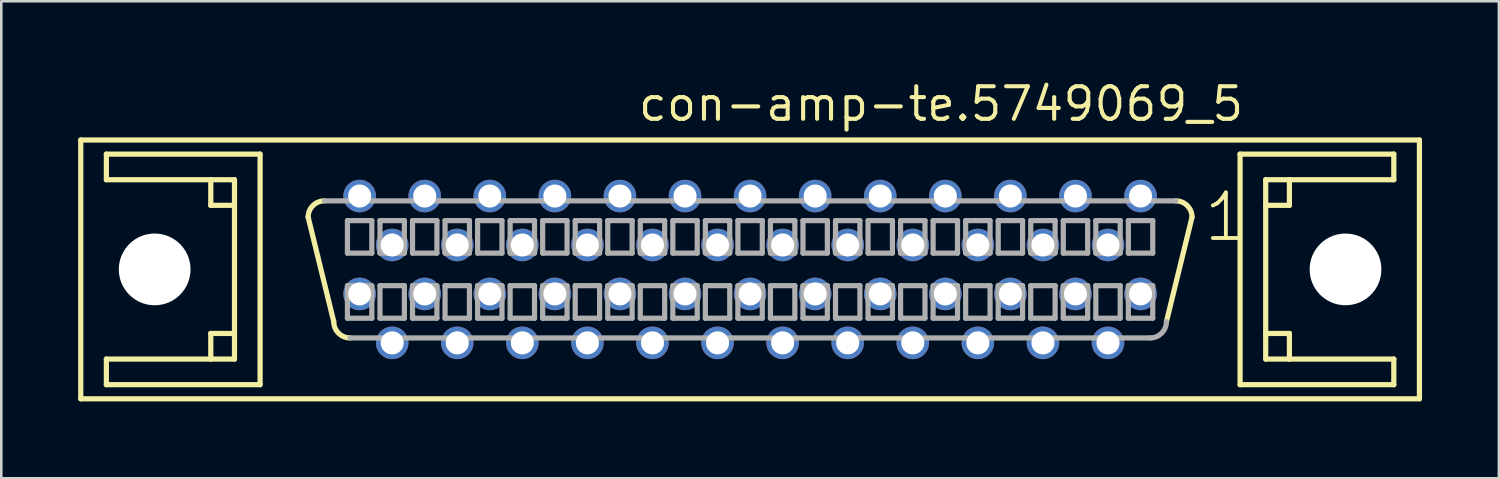
<source format=kicad_pcb>
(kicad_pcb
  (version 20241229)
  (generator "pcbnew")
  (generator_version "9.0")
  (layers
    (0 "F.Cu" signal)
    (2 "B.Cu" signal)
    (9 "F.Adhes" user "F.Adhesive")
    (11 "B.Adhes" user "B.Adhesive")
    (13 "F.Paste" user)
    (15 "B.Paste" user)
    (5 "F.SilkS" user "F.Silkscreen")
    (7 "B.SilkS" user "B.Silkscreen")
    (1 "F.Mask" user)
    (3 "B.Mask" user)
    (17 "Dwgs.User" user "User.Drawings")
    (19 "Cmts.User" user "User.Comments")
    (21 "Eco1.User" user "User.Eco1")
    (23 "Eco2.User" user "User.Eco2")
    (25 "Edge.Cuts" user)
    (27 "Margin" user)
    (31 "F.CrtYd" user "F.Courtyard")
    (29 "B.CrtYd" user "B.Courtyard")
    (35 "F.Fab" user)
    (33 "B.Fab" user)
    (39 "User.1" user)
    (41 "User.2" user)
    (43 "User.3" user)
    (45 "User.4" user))
  (footprint "con-amp-te.5749069_5"
    (layer "F.Cu")
    (at 26.227 7.465)
    (property "Reference" "con-amp-te.5749069_5" (at -4.445 -5.715 0) (layer "F.SilkS") (effects (font (size 1.27 1.27) (thickness 0.16)) (justify left bottom)))
    (attr through_hole)
    (fp_line (start -26.125 -5.05) (end 26.125 -5.05) (stroke (width 0.203) (type default)) (layer "F.SilkS"))
    (fp_line (start -26.125 5.05) (end -26.125 -5.05) (stroke (width 0.203) (type default)) (layer "F.SilkS"))
    (fp_line (start -25.125 -4.5) (end -25.125 -3.5) (stroke (width 0.203) (type default)) (layer "F.SilkS"))
    (fp_line (start -25.125 -3.5) (end -21.05 -3.5) (stroke (width 0.203) (type default)) (layer "F.SilkS"))
    (fp_line (start -25.125 3.5) (end -25.125 4.5) (stroke (width 0.203) (type default)) (layer "F.SilkS"))
    (fp_line (start -25.125 4.5) (end -19.125 4.5) (stroke (width 0.203) (type default)) (layer "F.SilkS"))
    (fp_line (start -21.05 -3.5) (end -21.05 -2.5) (stroke (width 0.203) (type default)) (layer "F.SilkS"))
    (fp_line (start -21.05 -3.5) (end -20.125 -3.5) (stroke (width 0.203) (type default)) (layer "F.SilkS"))
    (fp_line (start -21.05 -2.5) (end -20.125 -2.5) (stroke (width 0.203) (type default)) (layer "F.SilkS"))
    (fp_line (start -21.05 2.5) (end -21.05 3.5) (stroke (width 0.203) (type default)) (layer "F.SilkS"))
    (fp_line (start -21.05 3.5) (end -25.125 3.5) (stroke (width 0.203) (type default)) (layer "F.SilkS"))
    (fp_line (start -20.125 -3.5) (end -20.125 -2.5) (stroke (width 0.203) (type default)) (layer "F.SilkS"))
    (fp_line (start -20.125 -2.5) (end -20.125 2.5) (stroke (width 0.203) (type default)) (layer "F.SilkS"))
    (fp_line (start -20.125 2.5) (end -21.05 2.5) (stroke (width 0.203) (type default)) (layer "F.SilkS"))
    (fp_line (start -20.125 2.5) (end -20.125 3.5) (stroke (width 0.203) (type default)) (layer "F.SilkS"))
    (fp_line (start -20.125 3.5) (end -21.05 3.5) (stroke (width 0.203) (type default)) (layer "F.SilkS"))
    (fp_line (start -19.125 -4.5) (end -25.125 -4.5) (stroke (width 0.203) (type default)) (layer "F.SilkS"))
    (fp_line (start -19.125 4.5) (end -19.125 -4.5) (stroke (width 0.203) (type default)) (layer "F.SilkS"))
    (fp_line (start -16.25 2.04) (end -17.25 -2.04) (stroke (width 0.203) (type default)) (layer "F.SilkS"))
    (fp_line (start 17.25 -2.04) (end 16.25 2.04) (stroke (width 0.203) (type default)) (layer "F.SilkS"))
    (fp_line (start 19.125 -4.5) (end 19.125 4.5) (stroke (width 0.203) (type default)) (layer "F.SilkS"))
    (fp_line (start 19.125 4.5) (end 25.125 4.5) (stroke (width 0.203) (type default)) (layer "F.SilkS"))
    (fp_line (start 20.125 -3.5) (end 21.05 -3.5) (stroke (width 0.203) (type default)) (layer "F.SilkS"))
    (fp_line (start 20.125 -2.5) (end 20.125 -3.5) (stroke (width 0.203) (type default)) (layer "F.SilkS"))
    (fp_line (start 20.125 -2.5) (end 21.05 -2.5) (stroke (width 0.203) (type default)) (layer "F.SilkS"))
    (fp_line (start 20.125 2.5) (end 20.125 -2.5) (stroke (width 0.203) (type default)) (layer "F.SilkS"))
    (fp_line (start 20.125 3.5) (end 20.125 2.5) (stroke (width 0.203) (type default)) (layer "F.SilkS"))
    (fp_line (start 21.05 -3.5) (end 25.125 -3.5) (stroke (width 0.203) (type default)) (layer "F.SilkS"))
    (fp_line (start 21.05 -2.5) (end 21.05 -3.5) (stroke (width 0.203) (type default)) (layer "F.SilkS"))
    (fp_line (start 21.05 2.5) (end 20.125 2.5) (stroke (width 0.203) (type default)) (layer "F.SilkS"))
    (fp_line (start 21.05 3.5) (end 20.125 3.5) (stroke (width 0.203) (type default)) (layer "F.SilkS"))
    (fp_line (start 21.05 3.5) (end 21.05 2.5) (stroke (width 0.203) (type default)) (layer "F.SilkS"))
    (fp_line (start 25.125 -4.5) (end 19.125 -4.5) (stroke (width 0.203) (type default)) (layer "F.SilkS"))
    (fp_line (start 25.125 -3.5) (end 25.125 -4.5) (stroke (width 0.203) (type default)) (layer "F.SilkS"))
    (fp_line (start 25.125 3.5) (end 21.05 3.5) (stroke (width 0.203) (type default)) (layer "F.SilkS"))
    (fp_line (start 25.125 4.5) (end 25.125 3.5) (stroke (width 0.203) (type default)) (layer "F.SilkS"))
    (fp_line (start 26.125 -5.05) (end 26.125 5.05) (stroke (width 0.203) (type default)) (layer "F.SilkS"))
    (fp_line (start 26.125 5.05) (end -26.125 5.05) (stroke (width 0.203) (type default)) (layer "F.SilkS"))
    (fp_arc (start -17.25 -2.04) (mid -17.064013 -2.489013) (end -16.615 -2.675) (stroke (width 0.2032) (type default)) (layer "F.SilkS"))
    (fp_arc (start -15.615 2.675) (mid -16.064013 2.489013) (end -16.25 2.04) (stroke (width 0.2032) (type default)) (layer "F.SilkS"))
    (fp_arc (start 16.615 -2.675) (mid 17.064013 -2.489013) (end 17.25 -2.04) (stroke (width 0.2032) (type default)) (layer "F.SilkS"))
    (fp_line (start -16.615 -2.675) (end 16.615 -2.675) (stroke (width 0.203) (type default)) (layer "F.Fab"))
    (fp_line (start -15.716 -1.905) (end -15.716 -0.635) (stroke (width 0.203) (type default)) (layer "F.Fab"))
    (fp_line (start -15.716 -0.635) (end -14.764 -0.635) (stroke (width 0.203) (type default)) (layer "F.Fab"))
    (fp_line (start -15.716 0.635) (end -15.716 1.905) (stroke (width 0.203) (type default)) (layer "F.Fab"))
    (fp_line (start -15.716 1.905) (end -14.764 1.905) (stroke (width 0.203) (type default)) (layer "F.Fab"))
    (fp_line (start -14.764 -1.905) (end -15.716 -1.905) (stroke (width 0.203) (type default)) (layer "F.Fab"))
    (fp_line (start -14.764 -0.635) (end -14.764 -1.905) (stroke (width 0.203) (type default)) (layer "F.Fab"))
    (fp_line (start -14.764 0.635) (end -15.716 0.635) (stroke (width 0.203) (type default)) (layer "F.Fab"))
    (fp_line (start -14.764 1.905) (end -14.764 0.635) (stroke (width 0.203) (type default)) (layer "F.Fab"))
    (fp_line (start -14.446 -1.905) (end -14.446 -0.635) (stroke (width 0.203) (type default)) (layer "F.Fab"))
    (fp_line (start -14.446 -0.635) (end -13.494 -0.635) (stroke (width 0.203) (type default)) (layer "F.Fab"))
    (fp_line (start -14.446 0.635) (end -14.446 1.905) (stroke (width 0.203) (type default)) (layer "F.Fab"))
    (fp_line (start -14.446 1.905) (end -13.494 1.905) (stroke (width 0.203) (type default)) (layer "F.Fab"))
    (fp_line (start -13.494 -1.905) (end -14.446 -1.905) (stroke (width 0.203) (type default)) (layer "F.Fab"))
    (fp_line (start -13.494 -0.635) (end -13.494 -1.905) (stroke (width 0.203) (type default)) (layer "F.Fab"))
    (fp_line (start -13.494 0.635) (end -14.446 0.635) (stroke (width 0.203) (type default)) (layer "F.Fab"))
    (fp_line (start -13.494 1.905) (end -13.494 0.635) (stroke (width 0.203) (type default)) (layer "F.Fab"))
    (fp_line (start -13.176 -1.905) (end -13.176 -0.635) (stroke (width 0.203) (type default)) (layer "F.Fab"))
    (fp_line (start -13.176 -0.635) (end -12.224 -0.635) (stroke (width 0.203) (type default)) (layer "F.Fab"))
    (fp_line (start -13.176 0.635) (end -13.176 1.905) (stroke (width 0.203) (type default)) (layer "F.Fab"))
    (fp_line (start -13.176 1.905) (end -12.224 1.905) (stroke (width 0.203) (type default)) (layer "F.Fab"))
    (fp_line (start -12.224 -1.905) (end -13.176 -1.905) (stroke (width 0.203) (type default)) (layer "F.Fab"))
    (fp_line (start -12.224 -0.635) (end -12.224 -1.905) (stroke (width 0.203) (type default)) (layer "F.Fab"))
    (fp_line (start -12.224 0.635) (end -13.176 0.635) (stroke (width 0.203) (type default)) (layer "F.Fab"))
    (fp_line (start -12.224 1.905) (end -12.224 0.635) (stroke (width 0.203) (type default)) (layer "F.Fab"))
    (fp_line (start -11.906 -1.905) (end -11.906 -0.635) (stroke (width 0.203) (type default)) (layer "F.Fab"))
    (fp_line (start -11.906 -0.635) (end -10.954 -0.635) (stroke (width 0.203) (type default)) (layer "F.Fab"))
    (fp_line (start -11.906 0.635) (end -11.906 1.905) (stroke (width 0.203) (type default)) (layer "F.Fab"))
    (fp_line (start -11.906 1.905) (end -10.954 1.905) (stroke (width 0.203) (type default)) (layer "F.Fab"))
    (fp_line (start -10.954 -1.905) (end -11.906 -1.905) (stroke (width 0.203) (type default)) (layer "F.Fab"))
    (fp_line (start -10.954 -0.635) (end -10.954 -1.905) (stroke (width 0.203) (type default)) (layer "F.Fab"))
    (fp_line (start -10.954 0.635) (end -11.906 0.635) (stroke (width 0.203) (type default)) (layer "F.Fab"))
    (fp_line (start -10.954 1.905) (end -10.954 0.635) (stroke (width 0.203) (type default)) (layer "F.Fab"))
    (fp_line (start -10.636 -1.905) (end -10.636 -0.635) (stroke (width 0.203) (type default)) (layer "F.Fab"))
    (fp_line (start -10.636 -0.635) (end -9.684 -0.635) (stroke (width 0.203) (type default)) (layer "F.Fab"))
    (fp_line (start -10.636 0.635) (end -10.636 1.905) (stroke (width 0.203) (type default)) (layer "F.Fab"))
    (fp_line (start -10.636 1.905) (end -9.684 1.905) (stroke (width 0.203) (type default)) (layer "F.Fab"))
    (fp_line (start -9.684 -1.905) (end -10.636 -1.905) (stroke (width 0.203) (type default)) (layer "F.Fab"))
    (fp_line (start -9.684 -0.635) (end -9.684 -1.905) (stroke (width 0.203) (type default)) (layer "F.Fab"))
    (fp_line (start -9.684 0.635) (end -10.636 0.635) (stroke (width 0.203) (type default)) (layer "F.Fab"))
    (fp_line (start -9.684 1.905) (end -9.684 0.635) (stroke (width 0.203) (type default)) (layer "F.Fab"))
    (fp_line (start -9.366 -1.905) (end -9.366 -0.635) (stroke (width 0.203) (type default)) (layer "F.Fab"))
    (fp_line (start -9.366 -0.635) (end -8.414 -0.635) (stroke (width 0.203) (type default)) (layer "F.Fab"))
    (fp_line (start -9.366 0.635) (end -9.366 1.905) (stroke (width 0.203) (type default)) (layer "F.Fab"))
    (fp_line (start -9.366 1.905) (end -8.414 1.905) (stroke (width 0.203) (type default)) (layer "F.Fab"))
    (fp_line (start -8.414 -1.905) (end -9.366 -1.905) (stroke (width 0.203) (type default)) (layer "F.Fab"))
    (fp_line (start -8.414 -0.635) (end -8.414 -1.905) (stroke (width 0.203) (type default)) (layer "F.Fab"))
    (fp_line (start -8.414 0.635) (end -9.366 0.635) (stroke (width 0.203) (type default)) (layer "F.Fab"))
    (fp_line (start -8.414 1.905) (end -8.414 0.635) (stroke (width 0.203) (type default)) (layer "F.Fab"))
    (fp_line (start -8.096 -1.905) (end -8.096 -0.635) (stroke (width 0.203) (type default)) (layer "F.Fab"))
    (fp_line (start -8.096 -0.635) (end -7.144 -0.635) (stroke (width 0.203) (type default)) (layer "F.Fab"))
    (fp_line (start -8.096 0.635) (end -8.096 1.905) (stroke (width 0.203) (type default)) (layer "F.Fab"))
    (fp_line (start -8.096 1.905) (end -7.144 1.905) (stroke (width 0.203) (type default)) (layer "F.Fab"))
    (fp_line (start -7.144 -1.905) (end -8.096 -1.905) (stroke (width 0.203) (type default)) (layer "F.Fab"))
    (fp_line (start -7.144 -0.635) (end -7.144 -1.905) (stroke (width 0.203) (type default)) (layer "F.Fab"))
    (fp_line (start -7.144 0.635) (end -8.096 0.635) (stroke (width 0.203) (type default)) (layer "F.Fab"))
    (fp_line (start -7.144 1.905) (end -7.144 0.635) (stroke (width 0.203) (type default)) (layer "F.Fab"))
    (fp_line (start -6.826 -1.905) (end -6.826 -0.635) (stroke (width 0.203) (type default)) (layer "F.Fab"))
    (fp_line (start -6.826 -0.635) (end -5.874 -0.635) (stroke (width 0.203) (type default)) (layer "F.Fab"))
    (fp_line (start -6.826 0.635) (end -6.826 1.905) (stroke (width 0.203) (type default)) (layer "F.Fab"))
    (fp_line (start -6.826 1.905) (end -5.874 1.905) (stroke (width 0.203) (type default)) (layer "F.Fab"))
    (fp_line (start -5.874 -1.905) (end -6.826 -1.905) (stroke (width 0.203) (type default)) (layer "F.Fab"))
    (fp_line (start -5.874 -0.635) (end -5.874 -1.905) (stroke (width 0.203) (type default)) (layer "F.Fab"))
    (fp_line (start -5.874 0.635) (end -6.826 0.635) (stroke (width 0.203) (type default)) (layer "F.Fab"))
    (fp_line (start -5.874 1.905) (end -5.874 0.635) (stroke (width 0.203) (type default)) (layer "F.Fab"))
    (fp_line (start -5.556 -1.905) (end -5.556 -0.635) (stroke (width 0.203) (type default)) (layer "F.Fab"))
    (fp_line (start -5.556 -0.635) (end -4.604 -0.635) (stroke (width 0.203) (type default)) (layer "F.Fab"))
    (fp_line (start -5.556 0.635) (end -5.556 1.905) (stroke (width 0.203) (type default)) (layer "F.Fab"))
    (fp_line (start -5.556 1.905) (end -4.604 1.905) (stroke (width 0.203) (type default)) (layer "F.Fab"))
    (fp_line (start -4.604 -1.905) (end -5.556 -1.905) (stroke (width 0.203) (type default)) (layer "F.Fab"))
    (fp_line (start -4.604 -0.635) (end -4.604 -1.905) (stroke (width 0.203) (type default)) (layer "F.Fab"))
    (fp_line (start -4.604 0.635) (end -5.556 0.635) (stroke (width 0.203) (type default)) (layer "F.Fab"))
    (fp_line (start -4.604 1.905) (end -4.604 0.635) (stroke (width 0.203) (type default)) (layer "F.Fab"))
    (fp_line (start -4.286 -1.905) (end -4.286 -0.635) (stroke (width 0.203) (type default)) (layer "F.Fab"))
    (fp_line (start -4.286 -0.635) (end -3.334 -0.635) (stroke (width 0.203) (type default)) (layer "F.Fab"))
    (fp_line (start -4.286 0.635) (end -4.286 1.905) (stroke (width 0.203) (type default)) (layer "F.Fab"))
    (fp_line (start -4.286 1.905) (end -3.334 1.905) (stroke (width 0.203) (type default)) (layer "F.Fab"))
    (fp_line (start -3.334 -1.905) (end -4.286 -1.905) (stroke (width 0.203) (type default)) (layer "F.Fab"))
    (fp_line (start -3.334 -0.635) (end -3.334 -1.905) (stroke (width 0.203) (type default)) (layer "F.Fab"))
    (fp_line (start -3.334 0.635) (end -4.286 0.635) (stroke (width 0.203) (type default)) (layer "F.Fab"))
    (fp_line (start -3.334 1.905) (end -3.334 0.635) (stroke (width 0.203) (type default)) (layer "F.Fab"))
    (fp_line (start -3.016 -1.905) (end -3.016 -0.635) (stroke (width 0.203) (type default)) (layer "F.Fab"))
    (fp_line (start -3.016 -0.635) (end -2.064 -0.635) (stroke (width 0.203) (type default)) (layer "F.Fab"))
    (fp_line (start -3.016 0.635) (end -3.016 1.905) (stroke (width 0.203) (type default)) (layer "F.Fab"))
    (fp_line (start -3.016 1.905) (end -2.064 1.905) (stroke (width 0.203) (type default)) (layer "F.Fab"))
    (fp_line (start -2.064 -1.905) (end -3.016 -1.905) (stroke (width 0.203) (type default)) (layer "F.Fab"))
    (fp_line (start -2.064 -0.635) (end -2.064 -1.905) (stroke (width 0.203) (type default)) (layer "F.Fab"))
    (fp_line (start -2.064 0.635) (end -3.016 0.635) (stroke (width 0.203) (type default)) (layer "F.Fab"))
    (fp_line (start -2.064 1.905) (end -2.064 0.635) (stroke (width 0.203) (type default)) (layer "F.Fab"))
    (fp_line (start -1.746 -1.905) (end -1.746 -0.635) (stroke (width 0.203) (type default)) (layer "F.Fab"))
    (fp_line (start -1.746 -0.635) (end -0.794 -0.635) (stroke (width 0.203) (type default)) (layer "F.Fab"))
    (fp_line (start -1.746 0.635) (end -1.746 1.905) (stroke (width 0.203) (type default)) (layer "F.Fab"))
    (fp_line (start -1.746 1.905) (end -0.794 1.905) (stroke (width 0.203) (type default)) (layer "F.Fab"))
    (fp_line (start -0.794 -1.905) (end -1.746 -1.905) (stroke (width 0.203) (type default)) (layer "F.Fab"))
    (fp_line (start -0.794 -0.635) (end -0.794 -1.905) (stroke (width 0.203) (type default)) (layer "F.Fab"))
    (fp_line (start -0.794 0.635) (end -1.746 0.635) (stroke (width 0.203) (type default)) (layer "F.Fab"))
    (fp_line (start -0.794 1.905) (end -0.794 0.635) (stroke (width 0.203) (type default)) (layer "F.Fab"))
    (fp_line (start -0.476 -1.905) (end -0.476 -0.635) (stroke (width 0.203) (type default)) (layer "F.Fab"))
    (fp_line (start -0.476 -0.635) (end 0.476 -0.635) (stroke (width 0.203) (type default)) (layer "F.Fab"))
    (fp_line (start -0.476 0.635) (end -0.476 1.905) (stroke (width 0.203) (type default)) (layer "F.Fab"))
    (fp_line (start -0.476 1.905) (end 0.476 1.905) (stroke (width 0.203) (type default)) (layer "F.Fab"))
    (fp_line (start 0.476 -1.905) (end -0.476 -1.905) (stroke (width 0.203) (type default)) (layer "F.Fab"))
    (fp_line (start 0.476 -0.635) (end 0.476 -1.905) (stroke (width 0.203) (type default)) (layer "F.Fab"))
    (fp_line (start 0.476 0.635) (end -0.476 0.635) (stroke (width 0.203) (type default)) (layer "F.Fab"))
    (fp_line (start 0.476 1.905) (end 0.476 0.635) (stroke (width 0.203) (type default)) (layer "F.Fab"))
    (fp_line (start 0.794 -1.905) (end 0.794 -0.635) (stroke (width 0.203) (type default)) (layer "F.Fab"))
    (fp_line (start 0.794 -0.635) (end 1.746 -0.635) (stroke (width 0.203) (type default)) (layer "F.Fab"))
    (fp_line (start 0.794 0.635) (end 0.794 1.905) (stroke (width 0.203) (type default)) (layer "F.Fab"))
    (fp_line (start 0.794 1.905) (end 1.746 1.905) (stroke (width 0.203) (type default)) (layer "F.Fab"))
    (fp_line (start 1.746 -1.905) (end 0.794 -1.905) (stroke (width 0.203) (type default)) (layer "F.Fab"))
    (fp_line (start 1.746 -0.635) (end 1.746 -1.905) (stroke (width 0.203) (type default)) (layer "F.Fab"))
    (fp_line (start 1.746 0.635) (end 0.794 0.635) (stroke (width 0.203) (type default)) (layer "F.Fab"))
    (fp_line (start 1.746 1.905) (end 1.746 0.635) (stroke (width 0.203) (type default)) (layer "F.Fab"))
    (fp_line (start 2.064 -1.905) (end 2.064 -0.635) (stroke (width 0.203) (type default)) (layer "F.Fab"))
    (fp_line (start 2.064 -0.635) (end 3.016 -0.635) (stroke (width 0.203) (type default)) (layer "F.Fab"))
    (fp_line (start 2.064 0.635) (end 2.064 1.905) (stroke (width 0.203) (type default)) (layer "F.Fab"))
    (fp_line (start 2.064 1.905) (end 3.016 1.905) (stroke (width 0.203) (type default)) (layer "F.Fab"))
    (fp_line (start 3.016 -1.905) (end 2.064 -1.905) (stroke (width 0.203) (type default)) (layer "F.Fab"))
    (fp_line (start 3.016 -0.635) (end 3.016 -1.905) (stroke (width 0.203) (type default)) (layer "F.Fab"))
    (fp_line (start 3.016 0.635) (end 2.064 0.635) (stroke (width 0.203) (type default)) (layer "F.Fab"))
    (fp_line (start 3.016 1.905) (end 3.016 0.635) (stroke (width 0.203) (type default)) (layer "F.Fab"))
    (fp_line (start 3.334 -1.905) (end 3.334 -0.635) (stroke (width 0.203) (type default)) (layer "F.Fab"))
    (fp_line (start 3.334 -0.635) (end 4.286 -0.635) (stroke (width 0.203) (type default)) (layer "F.Fab"))
    (fp_line (start 3.334 0.635) (end 3.334 1.905) (stroke (width 0.203) (type default)) (layer "F.Fab"))
    (fp_line (start 3.334 1.905) (end 4.286 1.905) (stroke (width 0.203) (type default)) (layer "F.Fab"))
    (fp_line (start 4.286 -1.905) (end 3.334 -1.905) (stroke (width 0.203) (type default)) (layer "F.Fab"))
    (fp_line (start 4.286 -0.635) (end 4.286 -1.905) (stroke (width 0.203) (type default)) (layer "F.Fab"))
    (fp_line (start 4.286 0.635) (end 3.334 0.635) (stroke (width 0.203) (type default)) (layer "F.Fab"))
    (fp_line (start 4.286 1.905) (end 4.286 0.635) (stroke (width 0.203) (type default)) (layer "F.Fab"))
    (fp_line (start 4.604 -1.905) (end 4.604 -0.635) (stroke (width 0.203) (type default)) (layer "F.Fab"))
    (fp_line (start 4.604 -0.635) (end 5.556 -0.635) (stroke (width 0.203) (type default)) (layer "F.Fab"))
    (fp_line (start 4.604 0.635) (end 4.604 1.905) (stroke (width 0.203) (type default)) (layer "F.Fab"))
    (fp_line (start 4.604 1.905) (end 5.556 1.905) (stroke (width 0.203) (type default)) (layer "F.Fab"))
    (fp_line (start 5.556 -1.905) (end 4.604 -1.905) (stroke (width 0.203) (type default)) (layer "F.Fab"))
    (fp_line (start 5.556 -0.635) (end 5.556 -1.905) (stroke (width 0.203) (type default)) (layer "F.Fab"))
    (fp_line (start 5.556 0.635) (end 4.604 0.635) (stroke (width 0.203) (type default)) (layer "F.Fab"))
    (fp_line (start 5.556 1.905) (end 5.556 0.635) (stroke (width 0.203) (type default)) (layer "F.Fab"))
    (fp_line (start 5.874 -1.905) (end 5.874 -0.635) (stroke (width 0.203) (type default)) (layer "F.Fab"))
    (fp_line (start 5.874 -0.635) (end 6.826 -0.635) (stroke (width 0.203) (type default)) (layer "F.Fab"))
    (fp_line (start 5.874 0.635) (end 5.874 1.905) (stroke (width 0.203) (type default)) (layer "F.Fab"))
    (fp_line (start 5.874 1.905) (end 6.826 1.905) (stroke (width 0.203) (type default)) (layer "F.Fab"))
    (fp_line (start 6.826 -1.905) (end 5.874 -1.905) (stroke (width 0.203) (type default)) (layer "F.Fab"))
    (fp_line (start 6.826 -0.635) (end 6.826 -1.905) (stroke (width 0.203) (type default)) (layer "F.Fab"))
    (fp_line (start 6.826 0.635) (end 5.874 0.635) (stroke (width 0.203) (type default)) (layer "F.Fab"))
    (fp_line (start 6.826 1.905) (end 6.826 0.635) (stroke (width 0.203) (type default)) (layer "F.Fab"))
    (fp_line (start 7.144 -1.905) (end 7.144 -0.635) (stroke (width 0.203) (type default)) (layer "F.Fab"))
    (fp_line (start 7.144 -0.635) (end 8.096 -0.635) (stroke (width 0.203) (type default)) (layer "F.Fab"))
    (fp_line (start 7.144 0.635) (end 7.144 1.905) (stroke (width 0.203) (type default)) (layer "F.Fab"))
    (fp_line (start 7.144 1.905) (end 8.096 1.905) (stroke (width 0.203) (type default)) (layer "F.Fab"))
    (fp_line (start 8.096 -1.905) (end 7.144 -1.905) (stroke (width 0.203) (type default)) (layer "F.Fab"))
    (fp_line (start 8.096 -0.635) (end 8.096 -1.905) (stroke (width 0.203) (type default)) (layer "F.Fab"))
    (fp_line (start 8.096 0.635) (end 7.144 0.635) (stroke (width 0.203) (type default)) (layer "F.Fab"))
    (fp_line (start 8.096 1.905) (end 8.096 0.635) (stroke (width 0.203) (type default)) (layer "F.Fab"))
    (fp_line (start 8.414 -1.905) (end 8.414 -0.635) (stroke (width 0.203) (type default)) (layer "F.Fab"))
    (fp_line (start 8.414 -0.635) (end 9.366 -0.635) (stroke (width 0.203) (type default)) (layer "F.Fab"))
    (fp_line (start 8.414 0.635) (end 8.414 1.905) (stroke (width 0.203) (type default)) (layer "F.Fab"))
    (fp_line (start 8.414 1.905) (end 9.366 1.905) (stroke (width 0.203) (type default)) (layer "F.Fab"))
    (fp_line (start 9.366 -1.905) (end 8.414 -1.905) (stroke (width 0.203) (type default)) (layer "F.Fab"))
    (fp_line (start 9.366 -0.635) (end 9.366 -1.905) (stroke (width 0.203) (type default)) (layer "F.Fab"))
    (fp_line (start 9.366 0.635) (end 8.414 0.635) (stroke (width 0.203) (type default)) (layer "F.Fab"))
    (fp_line (start 9.366 1.905) (end 9.366 0.635) (stroke (width 0.203) (type default)) (layer "F.Fab"))
    (fp_line (start 9.684 -1.905) (end 9.684 -0.635) (stroke (width 0.203) (type default)) (layer "F.Fab"))
    (fp_line (start 9.684 -0.635) (end 10.636 -0.635) (stroke (width 0.203) (type default)) (layer "F.Fab"))
    (fp_line (start 9.684 0.635) (end 9.684 1.905) (stroke (width 0.203) (type default)) (layer "F.Fab"))
    (fp_line (start 9.684 1.905) (end 10.636 1.905) (stroke (width 0.203) (type default)) (layer "F.Fab"))
    (fp_line (start 10.636 -1.905) (end 9.684 -1.905) (stroke (width 0.203) (type default)) (layer "F.Fab"))
    (fp_line (start 10.636 -0.635) (end 10.636 -1.905) (stroke (width 0.203) (type default)) (layer "F.Fab"))
    (fp_line (start 10.636 0.635) (end 9.684 0.635) (stroke (width 0.203) (type default)) (layer "F.Fab"))
    (fp_line (start 10.636 1.905) (end 10.636 0.635) (stroke (width 0.203) (type default)) (layer "F.Fab"))
    (fp_line (start 10.954 -1.905) (end 10.954 -0.635) (stroke (width 0.203) (type default)) (layer "F.Fab"))
    (fp_line (start 10.954 -0.635) (end 11.906 -0.635) (stroke (width 0.203) (type default)) (layer "F.Fab"))
    (fp_line (start 10.954 0.635) (end 10.954 1.905) (stroke (width 0.203) (type default)) (layer "F.Fab"))
    (fp_line (start 10.954 1.905) (end 11.906 1.905) (stroke (width 0.203) (type default)) (layer "F.Fab"))
    (fp_line (start 11.906 -1.905) (end 10.954 -1.905) (stroke (width 0.203) (type default)) (layer "F.Fab"))
    (fp_line (start 11.906 -0.635) (end 11.906 -1.905) (stroke (width 0.203) (type default)) (layer "F.Fab"))
    (fp_line (start 11.906 0.635) (end 10.954 0.635) (stroke (width 0.203) (type default)) (layer "F.Fab"))
    (fp_line (start 11.906 1.905) (end 11.906 0.635) (stroke (width 0.203) (type default)) (layer "F.Fab"))
    (fp_line (start 12.224 -1.905) (end 12.224 -0.635) (stroke (width 0.203) (type default)) (layer "F.Fab"))
    (fp_line (start 12.224 -0.635) (end 13.176 -0.635) (stroke (width 0.203) (type default)) (layer "F.Fab"))
    (fp_line (start 12.224 0.635) (end 12.224 1.905) (stroke (width 0.203) (type default)) (layer "F.Fab"))
    (fp_line (start 12.224 1.905) (end 13.176 1.905) (stroke (width 0.203) (type default)) (layer "F.Fab"))
    (fp_line (start 13.176 -1.905) (end 12.224 -1.905) (stroke (width 0.203) (type default)) (layer "F.Fab"))
    (fp_line (start 13.176 -0.635) (end 13.176 -1.905) (stroke (width 0.203) (type default)) (layer "F.Fab"))
    (fp_line (start 13.176 0.635) (end 12.224 0.635) (stroke (width 0.203) (type default)) (layer "F.Fab"))
    (fp_line (start 13.176 1.905) (end 13.176 0.635) (stroke (width 0.203) (type default)) (layer "F.Fab"))
    (fp_line (start 13.494 -1.905) (end 13.494 -0.635) (stroke (width 0.203) (type default)) (layer "F.Fab"))
    (fp_line (start 13.494 -0.635) (end 14.446 -0.635) (stroke (width 0.203) (type default)) (layer "F.Fab"))
    (fp_line (start 13.494 0.635) (end 13.494 1.905) (stroke (width 0.203) (type default)) (layer "F.Fab"))
    (fp_line (start 13.494 1.905) (end 14.446 1.905) (stroke (width 0.203) (type default)) (layer "F.Fab"))
    (fp_line (start 14.446 -1.905) (end 13.494 -1.905) (stroke (width 0.203) (type default)) (layer "F.Fab"))
    (fp_line (start 14.446 -0.635) (end 14.446 -1.905) (stroke (width 0.203) (type default)) (layer "F.Fab"))
    (fp_line (start 14.446 0.635) (end 13.494 0.635) (stroke (width 0.203) (type default)) (layer "F.Fab"))
    (fp_line (start 14.446 1.905) (end 14.446 0.635) (stroke (width 0.203) (type default)) (layer "F.Fab"))
    (fp_line (start 14.764 -1.905) (end 14.764 -0.635) (stroke (width 0.203) (type default)) (layer "F.Fab"))
    (fp_line (start 14.764 -0.635) (end 15.716 -0.635) (stroke (width 0.203) (type default)) (layer "F.Fab"))
    (fp_line (start 14.764 0.635) (end 14.764 1.905) (stroke (width 0.203) (type default)) (layer "F.Fab"))
    (fp_line (start 14.764 1.905) (end 15.716 1.905) (stroke (width 0.203) (type default)) (layer "F.Fab"))
    (fp_line (start 15.615 2.675) (end -15.615 2.675) (stroke (width 0.203) (type default)) (layer "F.Fab"))
    (fp_line (start 15.716 -1.905) (end 14.764 -1.905) (stroke (width 0.203) (type default)) (layer "F.Fab"))
    (fp_line (start 15.716 -0.635) (end 15.716 -1.905) (stroke (width 0.203) (type default)) (layer "F.Fab"))
    (fp_line (start 15.716 0.635) (end 14.764 0.635) (stroke (width 0.203) (type default)) (layer "F.Fab"))
    (fp_line (start 15.716 1.905) (end 15.716 0.635) (stroke (width 0.203) (type default)) (layer "F.Fab"))
    (fp_arc (start 16.25 2.04) (mid 16.064013 2.489013) (end 15.615 2.675) (stroke (width 0.2032) (type default)) (layer "F.Fab"))
    (fp_text user "1" (at 17.625 -1 0) (layer "F.SilkS") (effects (font (size 1.778 1.778) (thickness 0.15)) (justify left bottom)))
    (pad "" np_thru_hole circle (at -23.24 0) (size 2.8 2.8) (drill 2.8) (layers "*.Cu" "*.Mask"))
    (pad "" np_thru_hole circle (at 23.24 0) (size 2.8 2.8) (drill 2.8) (layers "*.Cu" "*.Mask"))
    (pad "1" thru_hole circle (at 15.24 -2.863) (size 1.27 1.27) (drill 0.9) (layers "*.Cu" "*.Mask"))
    (pad "2" thru_hole circle (at 13.97 -0.953) (size 1.27 1.27) (drill 0.9) (layers "*.Cu" "*.Mask"))
    (pad "3" thru_hole circle (at 12.7 -2.863) (size 1.27 1.27) (drill 0.9) (layers "*.Cu" "*.Mask"))
    (pad "4" thru_hole circle (at 11.43 -0.953) (size 1.27 1.27) (drill 0.9) (layers "*.Cu" "*.Mask"))
    (pad "5" thru_hole circle (at 10.16 -2.863) (size 1.27 1.27) (drill 0.9) (layers "*.Cu" "*.Mask"))
    (pad "6" thru_hole circle (at 8.89 -0.953) (size 1.27 1.27) (drill 0.9) (layers "*.Cu" "*.Mask"))
    (pad "7" thru_hole circle (at 7.62 -2.863) (size 1.27 1.27) (drill 0.9) (layers "*.Cu" "*.Mask"))
    (pad "8" thru_hole circle (at 6.35 -0.953) (size 1.27 1.27) (drill 0.9) (layers "*.Cu" "*.Mask"))
    (pad "9" thru_hole circle (at 5.08 -2.863) (size 1.27 1.27) (drill 0.9) (layers "*.Cu" "*.Mask"))
    (pad "10" thru_hole circle (at 3.81 -0.953) (size 1.27 1.27) (drill 0.9) (layers "*.Cu" "*.Mask"))
    (pad "11" thru_hole circle (at 2.54 -2.863) (size 1.27 1.27) (drill 0.9) (layers "*.Cu" "*.Mask"))
    (pad "12" thru_hole circle (at 1.27 -0.953) (size 1.27 1.27) (drill 0.9) (layers "*.Cu" "*.Mask"))
    (pad "13" thru_hole circle (at 0 -2.863) (size 1.27 1.27) (drill 0.9) (layers "*.Cu" "*.Mask"))
    (pad "14" thru_hole circle (at -1.27 -0.953) (size 1.27 1.27) (drill 0.9) (layers "*.Cu" "*.Mask"))
    (pad "15" thru_hole circle (at -2.54 -2.863) (size 1.27 1.27) (drill 0.9) (layers "*.Cu" "*.Mask"))
    (pad "16" thru_hole circle (at -3.81 -0.953) (size 1.27 1.27) (drill 0.9) (layers "*.Cu" "*.Mask"))
    (pad "17" thru_hole circle (at -5.08 -2.863) (size 1.27 1.27) (drill 0.9) (layers "*.Cu" "*.Mask"))
    (pad "18" thru_hole circle (at -6.35 -0.953) (size 1.27 1.27) (drill 0.9) (layers "*.Cu" "*.Mask"))
    (pad "19" thru_hole circle (at -7.62 -2.863) (size 1.27 1.27) (drill 0.9) (layers "*.Cu" "*.Mask"))
    (pad "20" thru_hole circle (at -8.89 -0.953) (size 1.27 1.27) (drill 0.9) (layers "*.Cu" "*.Mask"))
    (pad "21" thru_hole circle (at -10.16 -2.863) (size 1.27 1.27) (drill 0.9) (layers "*.Cu" "*.Mask"))
    (pad "22" thru_hole circle (at -11.43 -0.953) (size 1.27 1.27) (drill 0.9) (layers "*.Cu" "*.Mask"))
    (pad "23" thru_hole circle (at -12.7 -2.863) (size 1.27 1.27) (drill 0.9) (layers "*.Cu" "*.Mask"))
    (pad "24" thru_hole circle (at -13.97 -0.953) (size 1.27 1.27) (drill 0.9) (layers "*.Cu" "*.Mask"))
    (pad "25" thru_hole circle (at -15.24 -2.863) (size 1.27 1.27) (drill 0.9) (layers "*.Cu" "*.Mask"))
    (pad "26" thru_hole circle (at 15.24 0.957) (size 1.27 1.27) (drill 0.9) (layers "*.Cu" "*.Mask"))
    (pad "27" thru_hole circle (at 13.97 2.867) (size 1.27 1.27) (drill 0.9) (layers "*.Cu" "*.Mask"))
    (pad "28" thru_hole circle (at 12.7 0.957) (size 1.27 1.27) (drill 0.9) (layers "*.Cu" "*.Mask"))
    (pad "29" thru_hole circle (at 11.43 2.867) (size 1.27 1.27) (drill 0.9) (layers "*.Cu" "*.Mask"))
    (pad "30" thru_hole circle (at 10.16 0.957) (size 1.27 1.27) (drill 0.9) (layers "*.Cu" "*.Mask"))
    (pad "31" thru_hole circle (at 8.89 2.867) (size 1.27 1.27) (drill 0.9) (layers "*.Cu" "*.Mask"))
    (pad "32" thru_hole circle (at 7.62 0.957) (size 1.27 1.27) (drill 0.9) (layers "*.Cu" "*.Mask"))
    (pad "33" thru_hole circle (at 6.35 2.867) (size 1.27 1.27) (drill 0.9) (layers "*.Cu" "*.Mask"))
    (pad "34" thru_hole circle (at 5.08 0.957) (size 1.27 1.27) (drill 0.9) (layers "*.Cu" "*.Mask"))
    (pad "35" thru_hole circle (at 3.81 2.867) (size 1.27 1.27) (drill 0.9) (layers "*.Cu" "*.Mask"))
    (pad "36" thru_hole circle (at 2.54 0.957) (size 1.27 1.27) (drill 0.9) (layers "*.Cu" "*.Mask"))
    (pad "37" thru_hole circle (at 1.27 2.867) (size 1.27 1.27) (drill 0.9) (layers "*.Cu" "*.Mask"))
    (pad "38" thru_hole circle (at 0 0.957) (size 1.27 1.27) (drill 0.9) (layers "*.Cu" "*.Mask"))
    (pad "39" thru_hole circle (at -1.27 2.867) (size 1.27 1.27) (drill 0.9) (layers "*.Cu" "*.Mask"))
    (pad "40" thru_hole circle (at -2.54 0.957) (size 1.27 1.27) (drill 0.9) (layers "*.Cu" "*.Mask"))
    (pad "41" thru_hole circle (at -3.81 2.867) (size 1.27 1.27) (drill 0.9) (layers "*.Cu" "*.Mask"))
    (pad "42" thru_hole circle (at -5.08 0.957) (size 1.27 1.27) (drill 0.9) (layers "*.Cu" "*.Mask"))
    (pad "43" thru_hole circle (at -6.35 2.867) (size 1.27 1.27) (drill 0.9) (layers "*.Cu" "*.Mask"))
    (pad "44" thru_hole circle (at -7.62 0.957) (size 1.27 1.27) (drill 0.9) (layers "*.Cu" "*.Mask"))
    (pad "45" thru_hole circle (at -8.89 2.867) (size 1.27 1.27) (drill 0.9) (layers "*.Cu" "*.Mask"))
    (pad "46" thru_hole circle (at -10.16 0.957) (size 1.27 1.27) (drill 0.9) (layers "*.Cu" "*.Mask"))
    (pad "47" thru_hole circle (at -11.43 2.867) (size 1.27 1.27) (drill 0.9) (layers "*.Cu" "*.Mask"))
    (pad "48" thru_hole circle (at -12.7 0.957) (size 1.27 1.27) (drill 0.9) (layers "*.Cu" "*.Mask"))
    (pad "49" thru_hole circle (at -13.97 2.867) (size 1.27 1.27) (drill 0.9) (layers "*.Cu" "*.Mask"))
    (pad "50" thru_hole circle (at -15.24 0.957) (size 1.27 1.27) (drill 0.9) (layers "*.Cu" "*.Mask")))
  (gr_rect
    (start -3 -3)
    (end 55.453 15.617)
    (stroke (width 0.1) (type default))
    (fill no)
    (layer "Edge.Cuts")))
</source>
